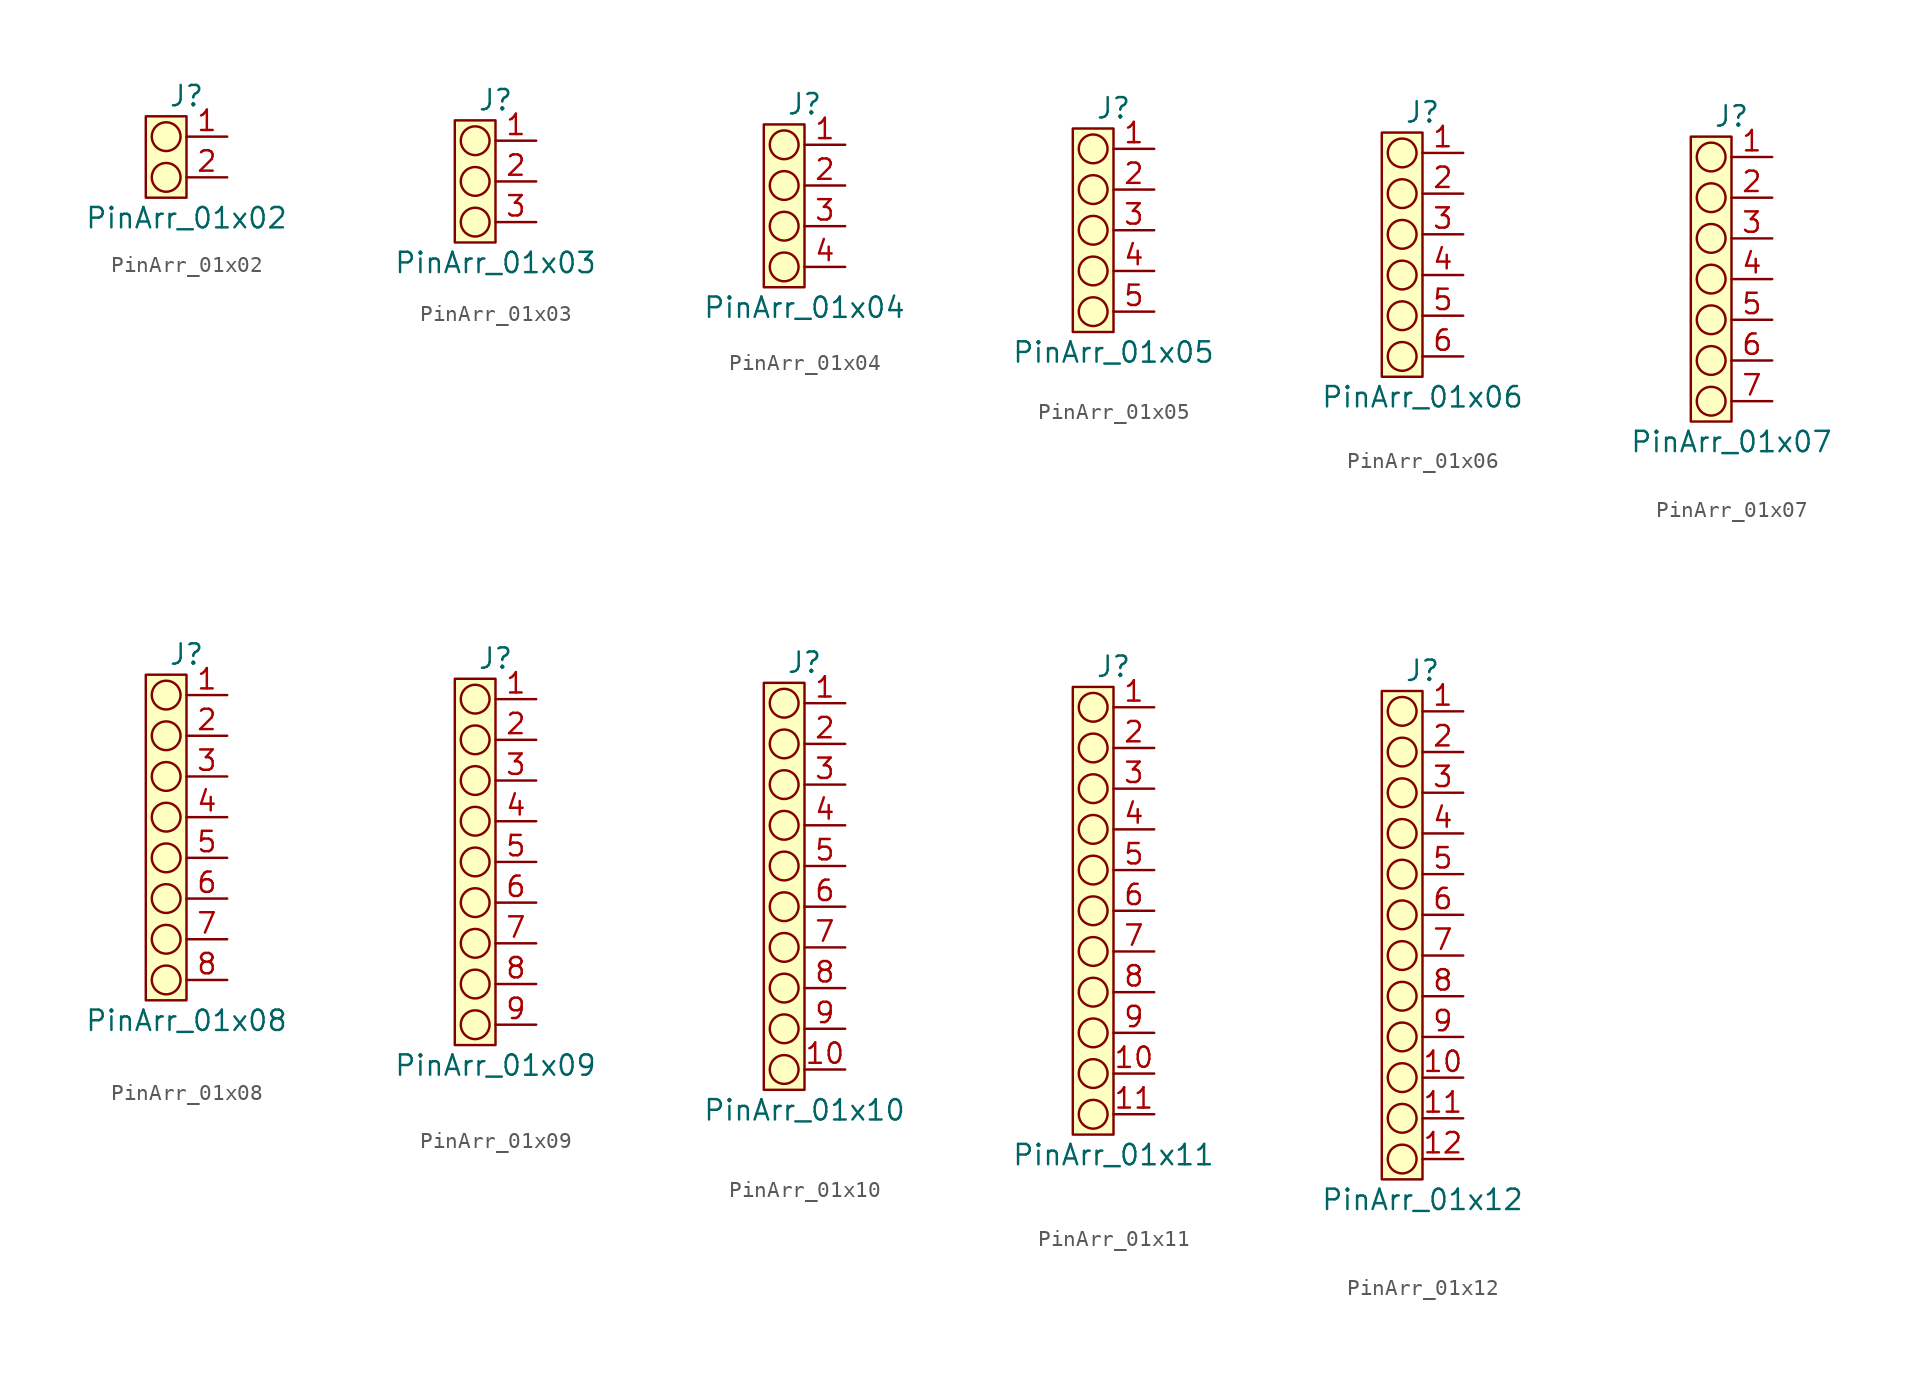
<source format=kicad_sym>
(kicad_symbol_lib
  (version 20220914)
  (generator kicad_symbol_editor)
  (symbol "PinArr_01x02"
    (property "Reference" "J"
      (at 0 3.81 0)
      (effects (font (size 1.27 1.27))))
    (property "Value" "PinArr_01x02"
      (at 0 -3.81 0)
      (effects (font (size 1.27 1.27))))
    (symbol "PinArr_01x02_0_1"
      (circle (center -1.27 -1.27) (radius 0.898) (stroke (width 0) (type default)) (fill (type none)))
      (circle (center -1.27 1.27) (radius 0.898) (stroke (width 0) (type default)) (fill (type none))))
    (symbol "PinArr_01x02_1_1"
      (rectangle (start -2.54 2.54) (end 0 -2.54) (stroke (width 0) (type default)) (fill (type background)))
      (pin passive line (at 2.54 1.27 180) (length 2.54) (name "" (effects (font (size 1.27 1.27)))) (number "1" (effects (font (size 1.27 1.27)))))
      (pin passive line (at 2.54 -1.27 180) (length 2.54) (name "" (effects (font (size 1.27 1.27)))) (number "2" (effects (font (size 1.27 1.27)))))))
  (symbol "PinArr_01x03"
    (property "Reference" "J"
      (at 0 5.08 0)
      (effects (font (size 1.27 1.27))))
    (property "Value" "PinArr_01x03"
      (at 0 -5.08 0)
      (effects (font (size 1.27 1.27))))
    (symbol "PinArr_01x03_0_1"
      (circle (center -1.27 -2.54) (radius 0.898) (stroke (width 0) (type default)) (fill (type none)))
      (circle (center -1.27 0) (radius 0.898) (stroke (width 0) (type default)) (fill (type none)))
      (circle (center -1.27 2.54) (radius 0.898) (stroke (width 0) (type default)) (fill (type none))))
    (symbol "PinArr_01x03_1_1"
      (rectangle (start -2.54 3.81) (end 0 -3.81) (stroke (width 0) (type default)) (fill (type background)))
      (pin passive line (at 2.54 2.54 180) (length 2.54) (name "" (effects (font (size 1.27 1.27)))) (number "1" (effects (font (size 1.27 1.27)))))
      (pin passive line (at 2.54 0 180) (length 2.54) (name "" (effects (font (size 1.27 1.27)))) (number "2" (effects (font (size 1.27 1.27)))))
      (pin passive line (at 2.54 -2.54 180) (length 2.54) (name "" (effects (font (size 1.27 1.27)))) (number "3" (effects (font (size 1.27 1.27)))))))
  (symbol "PinArr_01x04"
    (property "Reference" "J"
      (at 0 6.35 0)
      (effects (font (size 1.27 1.27))))
    (property "Value" "PinArr_01x04"
      (at 0 -6.35 0)
      (effects (font (size 1.27 1.27))))
    (symbol "PinArr_01x04_0_1"
      (circle (center -1.27 -3.81) (radius 0.898) (stroke (width 0) (type default)) (fill (type none)))
      (circle (center -1.27 -1.27) (radius 0.898) (stroke (width 0) (type default)) (fill (type none)))
      (circle (center -1.27 1.27) (radius 0.898) (stroke (width 0) (type default)) (fill (type none)))
      (circle (center -1.27 3.81) (radius 0.898) (stroke (width 0) (type default)) (fill (type none))))
    (symbol "PinArr_01x04_1_1"
      (rectangle (start -2.54 5.08) (end 0 -5.08) (stroke (width 0) (type default)) (fill (type background)))
      (pin passive line (at 2.54 3.81 180) (length 2.54) (name "" (effects (font (size 1.27 1.27)))) (number "1" (effects (font (size 1.27 1.27)))))
      (pin passive line (at 2.54 1.27 180) (length 2.54) (name "" (effects (font (size 1.27 1.27)))) (number "2" (effects (font (size 1.27 1.27)))))
      (pin passive line (at 2.54 -1.27 180) (length 2.54) (name "" (effects (font (size 1.27 1.27)))) (number "3" (effects (font (size 1.27 1.27)))))
      (pin passive line (at 2.54 -3.81 180) (length 2.54) (name "" (effects (font (size 1.27 1.27)))) (number "4" (effects (font (size 1.27 1.27)))))))
  (symbol "PinArr_01x05"
    (property "Reference" "J"
      (at 0 7.62 0)
      (effects (font (size 1.27 1.27))))
    (property "Value" "PinArr_01x05"
      (at 0 -7.62 0)
      (effects (font (size 1.27 1.27))))
    (symbol "PinArr_01x05_0_1"
      (circle (center -1.27 -5.08) (radius 0.898) (stroke (width 0) (type default)) (fill (type none)))
      (circle (center -1.27 -2.54) (radius 0.898) (stroke (width 0) (type default)) (fill (type none)))
      (circle (center -1.27 0) (radius 0.898) (stroke (width 0) (type default)) (fill (type none)))
      (circle (center -1.27 2.54) (radius 0.898) (stroke (width 0) (type default)) (fill (type none)))
      (circle (center -1.27 5.08) (radius 0.898) (stroke (width 0) (type default)) (fill (type none))))
    (symbol "PinArr_01x05_1_1"
      (rectangle (start -2.54 6.35) (end 0 -6.35) (stroke (width 0) (type default)) (fill (type background)))
      (pin passive line (at 2.54 5.08 180) (length 2.54) (name "" (effects (font (size 1.27 1.27)))) (number "1" (effects (font (size 1.27 1.27)))))
      (pin passive line (at 2.54 2.54 180) (length 2.54) (name "" (effects (font (size 1.27 1.27)))) (number "2" (effects (font (size 1.27 1.27)))))
      (pin passive line (at 2.54 0 180) (length 2.54) (name "" (effects (font (size 1.27 1.27)))) (number "3" (effects (font (size 1.27 1.27)))))
      (pin passive line (at 2.54 -2.54 180) (length 2.54) (name "" (effects (font (size 1.27 1.27)))) (number "4" (effects (font (size 1.27 1.27)))))
      (pin passive line (at 2.54 -5.08 180) (length 2.54) (name "" (effects (font (size 1.27 1.27)))) (number "5" (effects (font (size 1.27 1.27)))))))
  (symbol "PinArr_01x06"
    (property "Reference" "J"
      (at 0 8.89 0)
      (effects (font (size 1.27 1.27))))
    (property "Value" "PinArr_01x06"
      (at 0 -8.89 0)
      (effects (font (size 1.27 1.27))))
    (symbol "PinArr_01x06_0_1"
      (circle (center -1.27 -6.35) (radius 0.898) (stroke (width 0) (type default)) (fill (type none)))
      (circle (center -1.27 -3.81) (radius 0.898) (stroke (width 0) (type default)) (fill (type none)))
      (circle (center -1.27 -1.27) (radius 0.898) (stroke (width 0) (type default)) (fill (type none)))
      (circle (center -1.27 1.27) (radius 0.898) (stroke (width 0) (type default)) (fill (type none)))
      (circle (center -1.27 3.81) (radius 0.898) (stroke (width 0) (type default)) (fill (type none)))
      (circle (center -1.27 6.35) (radius 0.898) (stroke (width 0) (type default)) (fill (type none))))
    (symbol "PinArr_01x06_1_1"
      (rectangle (start -2.54 7.62) (end 0 -7.62) (stroke (width 0) (type default)) (fill (type background)))
      (pin passive line (at 2.54 6.35 180) (length 2.54) (name "" (effects (font (size 1.27 1.27)))) (number "1" (effects (font (size 1.27 1.27)))))
      (pin passive line (at 2.54 3.81 180) (length 2.54) (name "" (effects (font (size 1.27 1.27)))) (number "2" (effects (font (size 1.27 1.27)))))
      (pin passive line (at 2.54 1.27 180) (length 2.54) (name "" (effects (font (size 1.27 1.27)))) (number "3" (effects (font (size 1.27 1.27)))))
      (pin passive line (at 2.54 -1.27 180) (length 2.54) (name "" (effects (font (size 1.27 1.27)))) (number "4" (effects (font (size 1.27 1.27)))))
      (pin passive line (at 2.54 -3.81 180) (length 2.54) (name "" (effects (font (size 1.27 1.27)))) (number "5" (effects (font (size 1.27 1.27)))))
      (pin passive line (at 2.54 -6.35 180) (length 2.54) (name "" (effects (font (size 1.27 1.27)))) (number "6" (effects (font (size 1.27 1.27)))))))
  (symbol "PinArr_01x07"
    (property "Reference" "J"
      (at 0 10.16 0)
      (effects (font (size 1.27 1.27))))
    (property "Value" "PinArr_01x07"
      (at 0 -10.16 0)
      (effects (font (size 1.27 1.27))))
    (symbol "PinArr_01x07_0_1"
      (circle (center -1.27 -7.62) (radius 0.898) (stroke (width 0) (type default)) (fill (type none)))
      (circle (center -1.27 -5.08) (radius 0.898) (stroke (width 0) (type default)) (fill (type none)))
      (circle (center -1.27 -2.54) (radius 0.898) (stroke (width 0) (type default)) (fill (type none)))
      (circle (center -1.27 0) (radius 0.898) (stroke (width 0) (type default)) (fill (type none)))
      (circle (center -1.27 2.54) (radius 0.898) (stroke (width 0) (type default)) (fill (type none)))
      (circle (center -1.27 5.08) (radius 0.898) (stroke (width 0) (type default)) (fill (type none)))
      (circle (center -1.27 7.62) (radius 0.898) (stroke (width 0) (type default)) (fill (type none))))
    (symbol "PinArr_01x07_1_1"
      (rectangle (start -2.54 8.89) (end 0 -8.89) (stroke (width 0) (type default)) (fill (type background)))
      (pin passive line (at 2.54 7.62 180) (length 2.54) (name "" (effects (font (size 1.27 1.27)))) (number "1" (effects (font (size 1.27 1.27)))))
      (pin passive line (at 2.54 5.08 180) (length 2.54) (name "" (effects (font (size 1.27 1.27)))) (number "2" (effects (font (size 1.27 1.27)))))
      (pin passive line (at 2.54 2.54 180) (length 2.54) (name "" (effects (font (size 1.27 1.27)))) (number "3" (effects (font (size 1.27 1.27)))))
      (pin passive line (at 2.54 0 180) (length 2.54) (name "" (effects (font (size 1.27 1.27)))) (number "4" (effects (font (size 1.27 1.27)))))
      (pin passive line (at 2.54 -2.54 180) (length 2.54) (name "" (effects (font (size 1.27 1.27)))) (number "5" (effects (font (size 1.27 1.27)))))
      (pin passive line (at 2.54 -5.08 180) (length 2.54) (name "" (effects (font (size 1.27 1.27)))) (number "6" (effects (font (size 1.27 1.27)))))
      (pin passive line (at 2.54 -7.62 180) (length 2.54) (name "" (effects (font (size 1.27 1.27)))) (number "7" (effects (font (size 1.27 1.27)))))))
  (symbol "PinArr_01x08"
    (property "Reference" "J"
      (at 0 11.43 0)
      (effects (font (size 1.27 1.27))))
    (property "Value" "PinArr_01x08"
      (at 0 -11.43 0)
      (effects (font (size 1.27 1.27))))
    (symbol "PinArr_01x08_0_1"
      (circle (center -1.27 -8.89) (radius 0.898) (stroke (width 0) (type default)) (fill (type none)))
      (circle (center -1.27 -6.35) (radius 0.898) (stroke (width 0) (type default)) (fill (type none)))
      (circle (center -1.27 -3.81) (radius 0.898) (stroke (width 0) (type default)) (fill (type none)))
      (circle (center -1.27 -1.27) (radius 0.898) (stroke (width 0) (type default)) (fill (type none)))
      (circle (center -1.27 1.27) (radius 0.898) (stroke (width 0) (type default)) (fill (type none)))
      (circle (center -1.27 3.81) (radius 0.898) (stroke (width 0) (type default)) (fill (type none)))
      (circle (center -1.27 6.35) (radius 0.898) (stroke (width 0) (type default)) (fill (type none)))
      (circle (center -1.27 8.89) (radius 0.898) (stroke (width 0) (type default)) (fill (type none))))
    (symbol "PinArr_01x08_1_1"
      (rectangle (start -2.54 10.16) (end 0 -10.16) (stroke (width 0) (type default)) (fill (type background)))
      (pin passive line (at 2.54 8.89 180) (length 2.54) (name "" (effects (font (size 1.27 1.27)))) (number "1" (effects (font (size 1.27 1.27)))))
      (pin passive line (at 2.54 6.35 180) (length 2.54) (name "" (effects (font (size 1.27 1.27)))) (number "2" (effects (font (size 1.27 1.27)))))
      (pin passive line (at 2.54 3.81 180) (length 2.54) (name "" (effects (font (size 1.27 1.27)))) (number "3" (effects (font (size 1.27 1.27)))))
      (pin passive line (at 2.54 1.27 180) (length 2.54) (name "" (effects (font (size 1.27 1.27)))) (number "4" (effects (font (size 1.27 1.27)))))
      (pin passive line (at 2.54 -1.27 180) (length 2.54) (name "" (effects (font (size 1.27 1.27)))) (number "5" (effects (font (size 1.27 1.27)))))
      (pin passive line (at 2.54 -3.81 180) (length 2.54) (name "" (effects (font (size 1.27 1.27)))) (number "6" (effects (font (size 1.27 1.27)))))
      (pin passive line (at 2.54 -6.35 180) (length 2.54) (name "" (effects (font (size 1.27 1.27)))) (number "7" (effects (font (size 1.27 1.27)))))
      (pin passive line (at 2.54 -8.89 180) (length 2.54) (name "" (effects (font (size 1.27 1.27)))) (number "8" (effects (font (size 1.27 1.27)))))))
  (symbol "PinArr_01x09"
    (property "Reference" "J"
      (at 0 12.7 0)
      (effects (font (size 1.27 1.27))))
    (property "Value" "PinArr_01x09"
      (at 0 -12.7 0)
      (effects (font (size 1.27 1.27))))
    (symbol "PinArr_01x09_0_1"
      (circle (center -1.27 -10.16) (radius 0.898) (stroke (width 0) (type default)) (fill (type none)))
      (circle (center -1.27 -7.62) (radius 0.898) (stroke (width 0) (type default)) (fill (type none)))
      (circle (center -1.27 -5.08) (radius 0.898) (stroke (width 0) (type default)) (fill (type none)))
      (circle (center -1.27 -2.54) (radius 0.898) (stroke (width 0) (type default)) (fill (type none)))
      (circle (center -1.27 0) (radius 0.898) (stroke (width 0) (type default)) (fill (type none)))
      (circle (center -1.27 2.54) (radius 0.898) (stroke (width 0) (type default)) (fill (type none)))
      (circle (center -1.27 5.08) (radius 0.898) (stroke (width 0) (type default)) (fill (type none)))
      (circle (center -1.27 7.62) (radius 0.898) (stroke (width 0) (type default)) (fill (type none)))
      (circle (center -1.27 10.16) (radius 0.898) (stroke (width 0) (type default)) (fill (type none))))
    (symbol "PinArr_01x09_1_1"
      (rectangle (start -2.54 11.43) (end 0 -11.43) (stroke (width 0) (type default)) (fill (type background)))
      (pin passive line (at 2.54 10.16 180) (length 2.54) (name "" (effects (font (size 1.27 1.27)))) (number "1" (effects (font (size 1.27 1.27)))))
      (pin passive line (at 2.54 7.62 180) (length 2.54) (name "" (effects (font (size 1.27 1.27)))) (number "2" (effects (font (size 1.27 1.27)))))
      (pin passive line (at 2.54 5.08 180) (length 2.54) (name "" (effects (font (size 1.27 1.27)))) (number "3" (effects (font (size 1.27 1.27)))))
      (pin passive line (at 2.54 2.54 180) (length 2.54) (name "" (effects (font (size 1.27 1.27)))) (number "4" (effects (font (size 1.27 1.27)))))
      (pin passive line (at 2.54 0 180) (length 2.54) (name "" (effects (font (size 1.27 1.27)))) (number "5" (effects (font (size 1.27 1.27)))))
      (pin passive line (at 2.54 -2.54 180) (length 2.54) (name "" (effects (font (size 1.27 1.27)))) (number "6" (effects (font (size 1.27 1.27)))))
      (pin passive line (at 2.54 -5.08 180) (length 2.54) (name "" (effects (font (size 1.27 1.27)))) (number "7" (effects (font (size 1.27 1.27)))))
      (pin passive line (at 2.54 -7.62 180) (length 2.54) (name "" (effects (font (size 1.27 1.27)))) (number "8" (effects (font (size 1.27 1.27)))))
      (pin passive line (at 2.54 -10.16 180) (length 2.54) (name "" (effects (font (size 1.27 1.27)))) (number "9" (effects (font (size 1.27 1.27)))))))
  (symbol "PinArr_01x10"
    (property "Reference" "J"
      (at 0 13.97 0)
      (effects (font (size 1.27 1.27))))
    (property "Value" "PinArr_01x10"
      (at 0 -13.97 0)
      (effects (font (size 1.27 1.27))))
    (symbol "PinArr_01x10_0_1"
      (circle (center -1.27 -11.43) (radius 0.898) (stroke (width 0) (type default)) (fill (type none)))
      (circle (center -1.27 -8.89) (radius 0.898) (stroke (width 0) (type default)) (fill (type none)))
      (circle (center -1.27 -6.35) (radius 0.898) (stroke (width 0) (type default)) (fill (type none)))
      (circle (center -1.27 -3.81) (radius 0.898) (stroke (width 0) (type default)) (fill (type none)))
      (circle (center -1.27 -1.27) (radius 0.898) (stroke (width 0) (type default)) (fill (type none)))
      (circle (center -1.27 1.27) (radius 0.898) (stroke (width 0) (type default)) (fill (type none)))
      (circle (center -1.27 3.81) (radius 0.898) (stroke (width 0) (type default)) (fill (type none)))
      (circle (center -1.27 6.35) (radius 0.898) (stroke (width 0) (type default)) (fill (type none)))
      (circle (center -1.27 8.89) (radius 0.898) (stroke (width 0) (type default)) (fill (type none)))
      (circle (center -1.27 11.43) (radius 0.898) (stroke (width 0) (type default)) (fill (type none))))
    (symbol "PinArr_01x10_1_1"
      (rectangle (start -2.54 12.7) (end 0 -12.7) (stroke (width 0) (type default)) (fill (type background)))
      (pin passive line (at 2.54 11.43 180) (length 2.54) (name "" (effects (font (size 1.27 1.27)))) (number "1" (effects (font (size 1.27 1.27)))))
      (pin passive line (at 2.54 -11.43 180) (length 2.54) (name "" (effects (font (size 1.27 1.27)))) (number "10" (effects (font (size 1.27 1.27)))))
      (pin passive line (at 2.54 8.89 180) (length 2.54) (name "" (effects (font (size 1.27 1.27)))) (number "2" (effects (font (size 1.27 1.27)))))
      (pin passive line (at 2.54 6.35 180) (length 2.54) (name "" (effects (font (size 1.27 1.27)))) (number "3" (effects (font (size 1.27 1.27)))))
      (pin passive line (at 2.54 3.81 180) (length 2.54) (name "" (effects (font (size 1.27 1.27)))) (number "4" (effects (font (size 1.27 1.27)))))
      (pin passive line (at 2.54 1.27 180) (length 2.54) (name "" (effects (font (size 1.27 1.27)))) (number "5" (effects (font (size 1.27 1.27)))))
      (pin passive line (at 2.54 -1.27 180) (length 2.54) (name "" (effects (font (size 1.27 1.27)))) (number "6" (effects (font (size 1.27 1.27)))))
      (pin passive line (at 2.54 -3.81 180) (length 2.54) (name "" (effects (font (size 1.27 1.27)))) (number "7" (effects (font (size 1.27 1.27)))))
      (pin passive line (at 2.54 -6.35 180) (length 2.54) (name "" (effects (font (size 1.27 1.27)))) (number "8" (effects (font (size 1.27 1.27)))))
      (pin passive line (at 2.54 -8.89 180) (length 2.54) (name "" (effects (font (size 1.27 1.27)))) (number "9" (effects (font (size 1.27 1.27)))))))
  (symbol "PinArr_01x11"
    (property "Reference" "J"
      (at 0 15.24 0)
      (effects (font (size 1.27 1.27))))
    (property "Value" "PinArr_01x11"
      (at 0 -15.24 0)
      (effects (font (size 1.27 1.27))))
    (symbol "PinArr_01x11_0_1"
      (circle (center -1.27 -12.7) (radius 0.898) (stroke (width 0) (type default)) (fill (type none)))
      (circle (center -1.27 -10.16) (radius 0.898) (stroke (width 0) (type default)) (fill (type none)))
      (circle (center -1.27 -7.62) (radius 0.898) (stroke (width 0) (type default)) (fill (type none)))
      (circle (center -1.27 -5.08) (radius 0.898) (stroke (width 0) (type default)) (fill (type none)))
      (circle (center -1.27 -2.54) (radius 0.898) (stroke (width 0) (type default)) (fill (type none)))
      (circle (center -1.27 0) (radius 0.898) (stroke (width 0) (type default)) (fill (type none)))
      (circle (center -1.27 2.54) (radius 0.898) (stroke (width 0) (type default)) (fill (type none)))
      (circle (center -1.27 5.08) (radius 0.898) (stroke (width 0) (type default)) (fill (type none)))
      (circle (center -1.27 7.62) (radius 0.898) (stroke (width 0) (type default)) (fill (type none)))
      (circle (center -1.27 10.16) (radius 0.898) (stroke (width 0) (type default)) (fill (type none)))
      (circle (center -1.27 12.7) (radius 0.898) (stroke (width 0) (type default)) (fill (type none))))
    (symbol "PinArr_01x11_1_1"
      (rectangle (start -2.54 13.97) (end 0 -13.97) (stroke (width 0) (type default)) (fill (type background)))
      (pin passive line (at 2.54 12.7 180) (length 2.54) (name "" (effects (font (size 1.27 1.27)))) (number "1" (effects (font (size 1.27 1.27)))))
      (pin passive line (at 2.54 -10.16 180) (length 2.54) (name "" (effects (font (size 1.27 1.27)))) (number "10" (effects (font (size 1.27 1.27)))))
      (pin passive line (at 2.54 -12.7 180) (length 2.54) (name "" (effects (font (size 1.27 1.27)))) (number "11" (effects (font (size 1.27 1.27)))))
      (pin passive line (at 2.54 10.16 180) (length 2.54) (name "" (effects (font (size 1.27 1.27)))) (number "2" (effects (font (size 1.27 1.27)))))
      (pin passive line (at 2.54 7.62 180) (length 2.54) (name "" (effects (font (size 1.27 1.27)))) (number "3" (effects (font (size 1.27 1.27)))))
      (pin passive line (at 2.54 5.08 180) (length 2.54) (name "" (effects (font (size 1.27 1.27)))) (number "4" (effects (font (size 1.27 1.27)))))
      (pin passive line (at 2.54 2.54 180) (length 2.54) (name "" (effects (font (size 1.27 1.27)))) (number "5" (effects (font (size 1.27 1.27)))))
      (pin passive line (at 2.54 0 180) (length 2.54) (name "" (effects (font (size 1.27 1.27)))) (number "6" (effects (font (size 1.27 1.27)))))
      (pin passive line (at 2.54 -2.54 180) (length 2.54) (name "" (effects (font (size 1.27 1.27)))) (number "7" (effects (font (size 1.27 1.27)))))
      (pin passive line (at 2.54 -5.08 180) (length 2.54) (name "" (effects (font (size 1.27 1.27)))) (number "8" (effects (font (size 1.27 1.27)))))
      (pin passive line (at 2.54 -7.62 180) (length 2.54) (name "" (effects (font (size 1.27 1.27)))) (number "9" (effects (font (size 1.27 1.27)))))))
  (symbol "PinArr_01x12"
    (property "Reference" "J"
      (at 0 16.51 0)
      (effects (font (size 1.27 1.27))))
    (property "Value" "PinArr_01x12"
      (at 0 -16.51 0)
      (effects (font (size 1.27 1.27))))
    (symbol "PinArr_01x12_0_1"
      (circle (center -1.27 -13.97) (radius 0.898) (stroke (width 0) (type default)) (fill (type none)))
      (circle (center -1.27 -11.43) (radius 0.898) (stroke (width 0) (type default)) (fill (type none)))
      (circle (center -1.27 -8.89) (radius 0.898) (stroke (width 0) (type default)) (fill (type none)))
      (circle (center -1.27 -6.35) (radius 0.898) (stroke (width 0) (type default)) (fill (type none)))
      (circle (center -1.27 -3.81) (radius 0.898) (stroke (width 0) (type default)) (fill (type none)))
      (circle (center -1.27 -1.27) (radius 0.898) (stroke (width 0) (type default)) (fill (type none)))
      (circle (center -1.27 1.27) (radius 0.898) (stroke (width 0) (type default)) (fill (type none)))
      (circle (center -1.27 3.81) (radius 0.898) (stroke (width 0) (type default)) (fill (type none)))
      (circle (center -1.27 6.35) (radius 0.898) (stroke (width 0) (type default)) (fill (type none)))
      (circle (center -1.27 8.89) (radius 0.898) (stroke (width 0) (type default)) (fill (type none)))
      (circle (center -1.27 11.43) (radius 0.898) (stroke (width 0) (type default)) (fill (type none)))
      (circle (center -1.27 13.97) (radius 0.898) (stroke (width 0) (type default)) (fill (type none))))
    (symbol "PinArr_01x12_1_1"
      (rectangle (start -2.54 15.24) (end 0 -15.24) (stroke (width 0) (type default)) (fill (type background)))
      (pin passive line (at 2.54 13.97 180) (length 2.54) (name "" (effects (font (size 1.27 1.27)))) (number "1" (effects (font (size 1.27 1.27)))))
      (pin passive line (at 2.54 -8.89 180) (length 2.54) (name "" (effects (font (size 1.27 1.27)))) (number "10" (effects (font (size 1.27 1.27)))))
      (pin passive line (at 2.54 -11.43 180) (length 2.54) (name "" (effects (font (size 1.27 1.27)))) (number "11" (effects (font (size 1.27 1.27)))))
      (pin passive line (at 2.54 -13.97 180) (length 2.54) (name "" (effects (font (size 1.27 1.27)))) (number "12" (effects (font (size 1.27 1.27)))))
      (pin passive line (at 2.54 11.43 180) (length 2.54) (name "" (effects (font (size 1.27 1.27)))) (number "2" (effects (font (size 1.27 1.27)))))
      (pin passive line (at 2.54 8.89 180) (length 2.54) (name "" (effects (font (size 1.27 1.27)))) (number "3" (effects (font (size 1.27 1.27)))))
      (pin passive line (at 2.54 6.35 180) (length 2.54) (name "" (effects (font (size 1.27 1.27)))) (number "4" (effects (font (size 1.27 1.27)))))
      (pin passive line (at 2.54 3.81 180) (length 2.54) (name "" (effects (font (size 1.27 1.27)))) (number "5" (effects (font (size 1.27 1.27)))))
      (pin passive line (at 2.54 1.27 180) (length 2.54) (name "" (effects (font (size 1.27 1.27)))) (number "6" (effects (font (size 1.27 1.27)))))
      (pin passive line (at 2.54 -1.27 180) (length 2.54) (name "" (effects (font (size 1.27 1.27)))) (number "7" (effects (font (size 1.27 1.27)))))
      (pin passive line (at 2.54 -3.81 180) (length 2.54) (name "" (effects (font (size 1.27 1.27)))) (number "8" (effects (font (size 1.27 1.27)))))
      (pin passive line (at 2.54 -6.35 180) (length 2.54) (name "" (effects (font (size 1.27 1.27)))) (number "9" (effects (font (size 1.27 1.27))))))))
</source>
